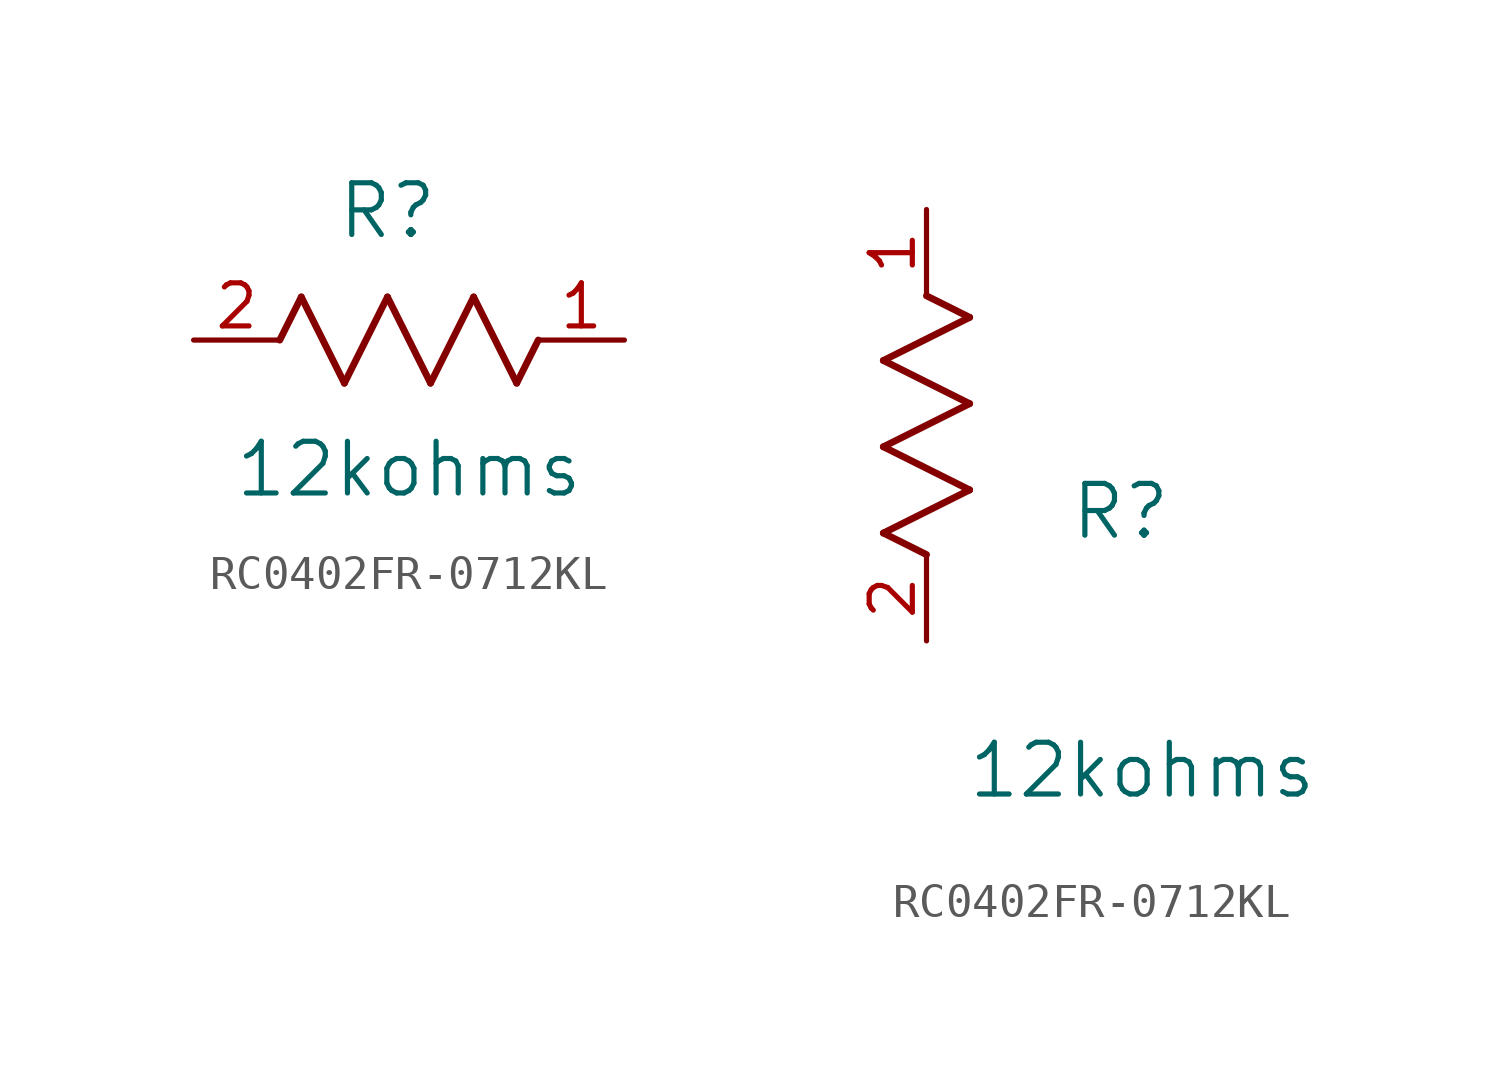
<source format=kicad_sym>
(kicad_symbol_lib
  (version 20220914)
  (generator kicad_symbol_editor)
  (symbol "RC0402FR-0712KL"
    (pin_names
      (offset 0.254))
    (property "Reference" "R"
      (at 5.715 3.81 0)
      (effects (font (size 1.524 1.524))))
    (property "Value" "12kohms"
      (at 6.35 -3.81 0)
      (effects (font (size 1.524 1.524))))
    (symbol "RC0402FR-0712KL_1_1"
      (polyline (pts (xy 2.54 0) (xy 3.175 1.27)) (stroke (width 0.203) (type default)) (fill (type none)))
      (polyline (pts (xy 3.175 1.27) (xy 4.445 -1.27)) (stroke (width 0.203) (type default)) (fill (type none)))
      (polyline (pts (xy 4.445 -1.27) (xy 5.715 1.27)) (stroke (width 0.203) (type default)) (fill (type none)))
      (polyline (pts (xy 5.715 1.27) (xy 6.985 -1.27)) (stroke (width 0.203) (type default)) (fill (type none)))
      (polyline (pts (xy 6.985 -1.27) (xy 8.255 1.27)) (stroke (width 0.203) (type default)) (fill (type none)))
      (polyline (pts (xy 8.255 1.27) (xy 9.525 -1.27)) (stroke (width 0.203) (type default)) (fill (type none)))
      (polyline (pts (xy 9.525 -1.27) (xy 10.16 0)) (stroke (width 0.203) (type default)) (fill (type none)))
      (pin unspecified line (at 12.7 0 180) (length 2.54) (name "" (effects (font (size 1.27 1.27)))) (number "1" (effects (font (size 1.27 1.27)))))
      (pin unspecified line (at 0 0 0) (length 2.54) (name "" (effects (font (size 1.27 1.27)))) (number "2" (effects (font (size 1.27 1.27))))))
    (symbol "RC0402FR-0712KL_1_2"
      (polyline (pts (xy -1.27 3.175) (xy 1.27 4.445)) (stroke (width 0.203) (type default)) (fill (type none)))
      (polyline (pts (xy -1.27 5.715) (xy 1.27 6.985)) (stroke (width 0.203) (type default)) (fill (type none)))
      (polyline (pts (xy -1.27 8.255) (xy 1.27 9.525)) (stroke (width 0.203) (type default)) (fill (type none)))
      (polyline (pts (xy 0 2.54) (xy -1.27 3.175)) (stroke (width 0.203) (type default)) (fill (type none)))
      (polyline (pts (xy 1.27 4.445) (xy -1.27 5.715)) (stroke (width 0.203) (type default)) (fill (type none)))
      (polyline (pts (xy 1.27 6.985) (xy -1.27 8.255)) (stroke (width 0.203) (type default)) (fill (type none)))
      (polyline (pts (xy 1.27 9.525) (xy 0 10.16)) (stroke (width 0.203) (type default)) (fill (type none)))
      (pin unspecified line (at 0 12.7 270) (length 2.54) (name "" (effects (font (size 1.27 1.27)))) (number "1" (effects (font (size 1.27 1.27)))))
      (pin unspecified line (at 0 0 90) (length 2.54) (name "" (effects (font (size 1.27 1.27)))) (number "2" (effects (font (size 1.27 1.27))))))))
</source>
